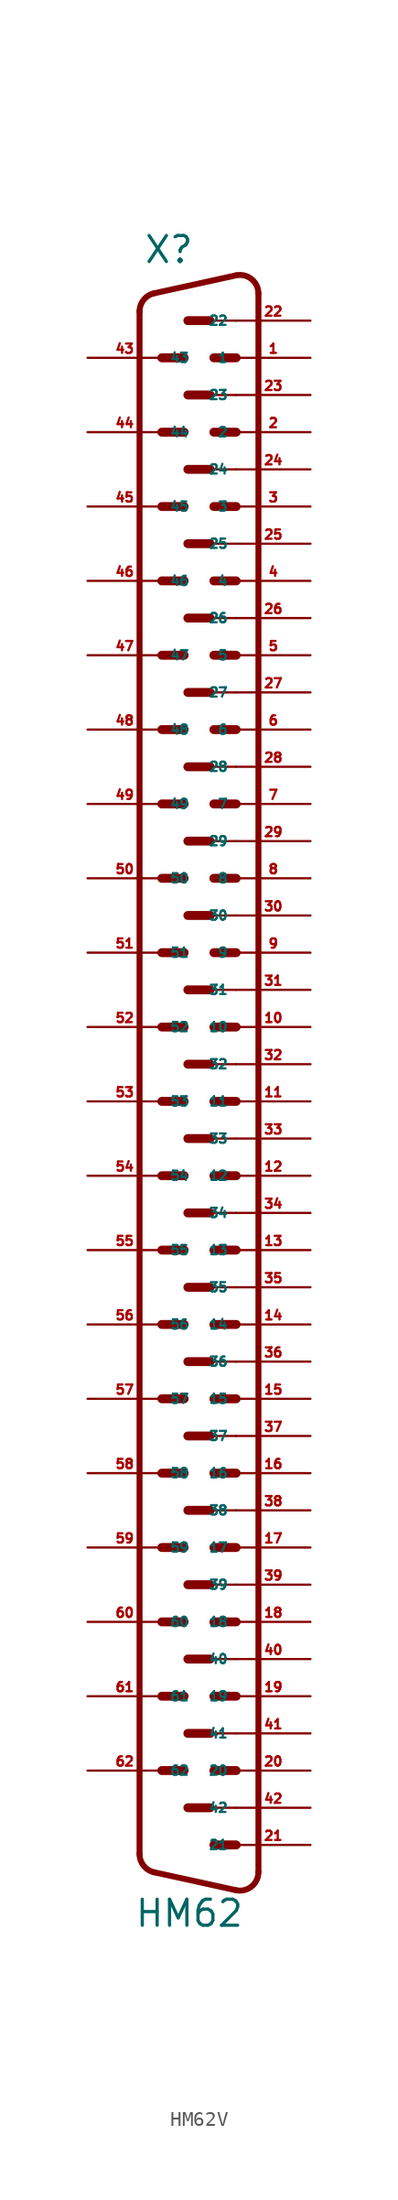
<source format=kicad_sym>
(kicad_symbol_lib
  (version 20220914)
  (generator Eagle2Kicad)
  (symbol "HM62V"
    (property "Reference" "X"
      (at -3.81 52.07 0)
      (effects (font (size 1.778 1.778) (thickness 0.22)) (justify left bottom)))
    (property "Value" "HM62"
      (at -4.445 -61.595 0)
      (effects (font (size 1.778 1.778) (thickness 0.22)) (justify left bottom)))
    (arc
      (start 4.064 50.1112)
      (mid 3.590 51.101)
      (end 2.5226 51.352)
      (stroke (width 0.4064) (type default))
      (fill (type none)))
    (polyline
      (pts (xy 2.523 51.352) (xy -3.065 50.129))
      (stroke (width 0.406) (type default))
      (fill (type none)))
    (arc
      (start -3.0654 50.1295)
      (mid -3.783 49.685)
      (end -4.0642 48.8888)
      (stroke (width 0.4064) (type default))
      (fill (type none)))
    (polyline
      (pts (xy -4.064 -56.509) (xy -4.064 48.889))
      (stroke (width 0.406) (type default))
      (fill (type none)))
    (arc
      (start -4.064 -56.5088)
      (mid -3.783 -57.305)
      (end -3.0654 -57.7494)
      (stroke (width 0.4064) (type default))
      (fill (type none)))
    (polyline
      (pts (xy 4.064 -57.731) (xy 4.064 50.111))
      (stroke (width 0.406) (type default))
      (fill (type none)))
    (polyline
      (pts (xy 2.523 -58.972) (xy -3.065 -57.749))
      (stroke (width 0.406) (type default))
      (fill (type none)))
    (arc
      (start 2.5226 -58.9719)
      (mid 3.590 -58.721)
      (end 4.064 -57.7312)
      (stroke (width 0.4064) (type default))
      (fill (type none)))
    (polyline
      (pts (xy 2.54 48.26) (xy 0.762 48.26))
      (stroke (width 0.152) (type default))
      (fill (type none)))
    (polyline
      (pts (xy 2.54 43.18) (xy 0.762 43.18))
      (stroke (width 0.152) (type default))
      (fill (type none)))
    (polyline
      (pts (xy 2.54 38.1) (xy 0.762 38.1))
      (stroke (width 0.152) (type default))
      (fill (type none)))
    (polyline
      (pts (xy 2.54 33.02) (xy 0.762 33.02))
      (stroke (width 0.152) (type default))
      (fill (type none)))
    (polyline
      (pts (xy 2.54 27.94) (xy 0.762 27.94))
      (stroke (width 0.152) (type default))
      (fill (type none)))
    (polyline
      (pts (xy -1.016 45.72) (xy -2.54 45.72))
      (stroke (width 0.61) (type default))
      (fill (type none)))
    (polyline
      (pts (xy 2.54 45.72) (xy 1.016 45.72))
      (stroke (width 0.61) (type default))
      (fill (type none)))
    (polyline
      (pts (xy 0.762 48.26) (xy -0.762 48.26))
      (stroke (width 0.61) (type default))
      (fill (type none)))
    (polyline
      (pts (xy -1.016 40.64) (xy -2.54 40.64))
      (stroke (width 0.61) (type default))
      (fill (type none)))
    (polyline
      (pts (xy 2.54 40.64) (xy 1.016 40.64))
      (stroke (width 0.61) (type default))
      (fill (type none)))
    (polyline
      (pts (xy 0.762 43.18) (xy -0.762 43.18))
      (stroke (width 0.61) (type default))
      (fill (type none)))
    (polyline
      (pts (xy -1.016 35.56) (xy -2.54 35.56))
      (stroke (width 0.61) (type default))
      (fill (type none)))
    (polyline
      (pts (xy 2.54 35.56) (xy 1.016 35.56))
      (stroke (width 0.61) (type default))
      (fill (type none)))
    (polyline
      (pts (xy 0.762 38.1) (xy -0.762 38.1))
      (stroke (width 0.61) (type default))
      (fill (type none)))
    (polyline
      (pts (xy -1.016 30.48) (xy -2.54 30.48))
      (stroke (width 0.61) (type default))
      (fill (type none)))
    (polyline
      (pts (xy 2.54 30.48) (xy 1.016 30.48))
      (stroke (width 0.61) (type default))
      (fill (type none)))
    (polyline
      (pts (xy 0.762 33.02) (xy -0.762 33.02))
      (stroke (width 0.61) (type default))
      (fill (type none)))
    (polyline
      (pts (xy -1.016 25.4) (xy -2.54 25.4))
      (stroke (width 0.61) (type default))
      (fill (type none)))
    (polyline
      (pts (xy 2.54 25.4) (xy 1.016 25.4))
      (stroke (width 0.61) (type default))
      (fill (type none)))
    (polyline
      (pts (xy 0.762 27.94) (xy -0.762 27.94))
      (stroke (width 0.61) (type default))
      (fill (type none)))
    (polyline
      (pts (xy 2.54 22.86) (xy 0.762 22.86))
      (stroke (width 0.152) (type default))
      (fill (type none)))
    (polyline
      (pts (xy 2.54 17.78) (xy 0.762 17.78))
      (stroke (width 0.152) (type default))
      (fill (type none)))
    (polyline
      (pts (xy 2.54 12.7) (xy 0.762 12.7))
      (stroke (width 0.152) (type default))
      (fill (type none)))
    (polyline
      (pts (xy -1.016 20.32) (xy -2.54 20.32))
      (stroke (width 0.61) (type default))
      (fill (type none)))
    (polyline
      (pts (xy 2.54 20.32) (xy 1.016 20.32))
      (stroke (width 0.61) (type default))
      (fill (type none)))
    (polyline
      (pts (xy 0.762 22.86) (xy -0.762 22.86))
      (stroke (width 0.61) (type default))
      (fill (type none)))
    (polyline
      (pts (xy -1.016 15.24) (xy -2.54 15.24))
      (stroke (width 0.61) (type default))
      (fill (type none)))
    (polyline
      (pts (xy 2.54 15.24) (xy 1.016 15.24))
      (stroke (width 0.61) (type default))
      (fill (type none)))
    (polyline
      (pts (xy 0.762 17.78) (xy -0.762 17.78))
      (stroke (width 0.61) (type default))
      (fill (type none)))
    (polyline
      (pts (xy 2.54 10.16) (xy 1.016 10.16))
      (stroke (width 0.61) (type default))
      (fill (type none)))
    (polyline
      (pts (xy 0.762 12.7) (xy -0.762 12.7))
      (stroke (width 0.61) (type default))
      (fill (type none)))
    (polyline
      (pts (xy 2.54 5.08) (xy 1.016 5.08))
      (stroke (width 0.61) (type default))
      (fill (type none)))
    (polyline
      (pts (xy -1.016 10.16) (xy -2.54 10.16))
      (stroke (width 0.61) (type default))
      (fill (type none)))
    (polyline
      (pts (xy 0.762 7.62) (xy -0.762 7.62))
      (stroke (width 0.61) (type default))
      (fill (type none)))
    (polyline
      (pts (xy 2.54 7.62) (xy 0.762 7.62))
      (stroke (width 0.152) (type default))
      (fill (type none)))
    (polyline
      (pts (xy 2.54 2.54) (xy 0.762 2.54))
      (stroke (width 0.152) (type default))
      (fill (type none)))
    (polyline
      (pts (xy -1.016 5.08) (xy -2.54 5.08))
      (stroke (width 0.61) (type default))
      (fill (type none)))
    (polyline
      (pts (xy -1.016 0) (xy -2.54 0))
      (stroke (width 0.61) (type default))
      (fill (type none)))
    (polyline
      (pts (xy 2.54 0) (xy 1.016 0))
      (stroke (width 0.61) (type default))
      (fill (type none)))
    (polyline
      (pts (xy 0.762 2.54) (xy -0.762 2.54))
      (stroke (width 0.61) (type default))
      (fill (type none)))
    (polyline
      (pts (xy 2.54 -2.54) (xy 0.762 -2.54))
      (stroke (width 0.152) (type default))
      (fill (type none)))
    (polyline
      (pts (xy 2.54 -7.62) (xy 0.762 -7.62))
      (stroke (width 0.152) (type default))
      (fill (type none)))
    (polyline
      (pts (xy 2.54 -12.7) (xy 0.762 -12.7))
      (stroke (width 0.152) (type default))
      (fill (type none)))
    (polyline
      (pts (xy -1.016 -5.08) (xy -2.54 -5.08))
      (stroke (width 0.61) (type default))
      (fill (type none)))
    (polyline
      (pts (xy 2.54 -5.08) (xy 1.016 -5.08))
      (stroke (width 0.61) (type default))
      (fill (type none)))
    (polyline
      (pts (xy 0.762 -2.54) (xy -0.762 -2.54))
      (stroke (width 0.61) (type default))
      (fill (type none)))
    (polyline
      (pts (xy -1.016 -10.16) (xy -2.54 -10.16))
      (stroke (width 0.61) (type default))
      (fill (type none)))
    (polyline
      (pts (xy 2.54 -10.16) (xy 1.016 -10.16))
      (stroke (width 0.61) (type default))
      (fill (type none)))
    (polyline
      (pts (xy 0.762 -7.62) (xy -0.762 -7.62))
      (stroke (width 0.61) (type default))
      (fill (type none)))
    (polyline
      (pts (xy 2.54 -15.24) (xy 1.016 -15.24))
      (stroke (width 0.61) (type default))
      (fill (type none)))
    (polyline
      (pts (xy 0.762 -12.7) (xy -0.762 -12.7))
      (stroke (width 0.61) (type default))
      (fill (type none)))
    (polyline
      (pts (xy 2.54 -20.32) (xy 1.016 -20.32))
      (stroke (width 0.61) (type default))
      (fill (type none)))
    (polyline
      (pts (xy -1.016 -15.24) (xy -2.54 -15.24))
      (stroke (width 0.61) (type default))
      (fill (type none)))
    (polyline
      (pts (xy 0.762 -17.78) (xy -0.762 -17.78))
      (stroke (width 0.61) (type default))
      (fill (type none)))
    (polyline
      (pts (xy 2.54 -17.78) (xy 0.762 -17.78))
      (stroke (width 0.152) (type default))
      (fill (type none)))
    (polyline
      (pts (xy 2.54 -25.4) (xy 1.016 -25.4))
      (stroke (width 0.61) (type default))
      (fill (type none)))
    (polyline
      (pts (xy -1.016 -20.32) (xy -2.54 -20.32))
      (stroke (width 0.61) (type default))
      (fill (type none)))
    (polyline
      (pts (xy 0.762 -22.86) (xy -0.762 -22.86))
      (stroke (width 0.61) (type default))
      (fill (type none)))
    (polyline
      (pts (xy 2.54 -22.86) (xy 0.762 -22.86))
      (stroke (width 0.152) (type default))
      (fill (type none)))
    (polyline
      (pts (xy 2.54 -30.48) (xy 1.016 -30.48))
      (stroke (width 0.61) (type default))
      (fill (type none)))
    (polyline
      (pts (xy -1.016 -25.4) (xy -2.54 -25.4))
      (stroke (width 0.61) (type default))
      (fill (type none)))
    (polyline
      (pts (xy 0.762 -27.94) (xy -0.762 -27.94))
      (stroke (width 0.61) (type default))
      (fill (type none)))
    (polyline
      (pts (xy 2.54 -27.94) (xy 0.762 -27.94))
      (stroke (width 0.152) (type default))
      (fill (type none)))
    (polyline
      (pts (xy 2.54 -33.02) (xy 0.762 -33.02))
      (stroke (width 0.152) (type default))
      (fill (type none)))
    (polyline
      (pts (xy -1.016 -30.48) (xy -2.54 -30.48))
      (stroke (width 0.61) (type default))
      (fill (type none)))
    (polyline
      (pts (xy -1.016 -35.56) (xy -2.54 -35.56))
      (stroke (width 0.61) (type default))
      (fill (type none)))
    (polyline
      (pts (xy 2.54 -35.56) (xy 1.016 -35.56))
      (stroke (width 0.61) (type default))
      (fill (type none)))
    (polyline
      (pts (xy 0.762 -33.02) (xy -0.762 -33.02))
      (stroke (width 0.61) (type default))
      (fill (type none)))
    (polyline
      (pts (xy 2.54 -38.1) (xy 0.762 -38.1))
      (stroke (width 0.152) (type default))
      (fill (type none)))
    (polyline
      (pts (xy 2.54 -43.18) (xy 0.762 -43.18))
      (stroke (width 0.152) (type default))
      (fill (type none)))
    (polyline
      (pts (xy 2.54 -48.26) (xy 0.762 -48.26))
      (stroke (width 0.152) (type default))
      (fill (type none)))
    (polyline
      (pts (xy -1.016 -40.64) (xy -2.54 -40.64))
      (stroke (width 0.61) (type default))
      (fill (type none)))
    (polyline
      (pts (xy 2.54 -40.64) (xy 1.016 -40.64))
      (stroke (width 0.61) (type default))
      (fill (type none)))
    (polyline
      (pts (xy 0.762 -38.1) (xy -0.762 -38.1))
      (stroke (width 0.61) (type default))
      (fill (type none)))
    (polyline
      (pts (xy -1.016 -45.72) (xy -2.54 -45.72))
      (stroke (width 0.61) (type default))
      (fill (type none)))
    (polyline
      (pts (xy 2.54 -45.72) (xy 1.016 -45.72))
      (stroke (width 0.61) (type default))
      (fill (type none)))
    (polyline
      (pts (xy 0.762 -43.18) (xy -0.762 -43.18))
      (stroke (width 0.61) (type default))
      (fill (type none)))
    (polyline
      (pts (xy 2.54 -50.8) (xy 1.016 -50.8))
      (stroke (width 0.61) (type default))
      (fill (type none)))
    (polyline
      (pts (xy 0.762 -48.26) (xy -0.762 -48.26))
      (stroke (width 0.61) (type default))
      (fill (type none)))
    (polyline
      (pts (xy 2.54 -55.88) (xy 1.016 -55.88))
      (stroke (width 0.61) (type default))
      (fill (type none)))
    (polyline
      (pts (xy -1.016 -50.8) (xy -2.54 -50.8))
      (stroke (width 0.61) (type default))
      (fill (type none)))
    (polyline
      (pts (xy 0.762 -53.34) (xy -0.762 -53.34))
      (stroke (width 0.61) (type default))
      (fill (type none)))
    (polyline
      (pts (xy 2.54 -53.34) (xy 0.762 -53.34))
      (stroke (width 0.152) (type default))
      (fill (type none)))
    (pin passive line
      (at 7.62 45.72 180)
      (length 5.08)
      (name "1" (effects (font (size 0.635 0.635) (thickness 0.08)) (justify left bottom)))
      (number "1" (effects (font (size 0.635 0.635) (thickness 0.08)) (justify left bottom))))
    (pin passive line
      (at 7.62 40.64 180)
      (length 5.08)
      (name "2" (effects (font (size 0.635 0.635) (thickness 0.08)) (justify left bottom)))
      (number "2" (effects (font (size 0.635 0.635) (thickness 0.08)) (justify left bottom))))
    (pin passive line
      (at 7.62 35.56 180)
      (length 5.08)
      (name "3" (effects (font (size 0.635 0.635) (thickness 0.08)) (justify left bottom)))
      (number "3" (effects (font (size 0.635 0.635) (thickness 0.08)) (justify left bottom))))
    (pin passive line
      (at 7.62 30.48 180)
      (length 5.08)
      (name "4" (effects (font (size 0.635 0.635) (thickness 0.08)) (justify left bottom)))
      (number "4" (effects (font (size 0.635 0.635) (thickness 0.08)) (justify left bottom))))
    (pin passive line
      (at 7.62 25.4 180)
      (length 5.08)
      (name "5" (effects (font (size 0.635 0.635) (thickness 0.08)) (justify left bottom)))
      (number "5" (effects (font (size 0.635 0.635) (thickness 0.08)) (justify left bottom))))
    (pin passive line
      (at 7.62 20.32 180)
      (length 5.08)
      (name "6" (effects (font (size 0.635 0.635) (thickness 0.08)) (justify left bottom)))
      (number "6" (effects (font (size 0.635 0.635) (thickness 0.08)) (justify left bottom))))
    (pin passive line
      (at 7.62 15.24 180)
      (length 5.08)
      (name "7" (effects (font (size 0.635 0.635) (thickness 0.08)) (justify left bottom)))
      (number "7" (effects (font (size 0.635 0.635) (thickness 0.08)) (justify left bottom))))
    (pin passive line
      (at 7.62 10.16 180)
      (length 5.08)
      (name "8" (effects (font (size 0.635 0.635) (thickness 0.08)) (justify left bottom)))
      (number "8" (effects (font (size 0.635 0.635) (thickness 0.08)) (justify left bottom))))
    (pin passive line
      (at 7.62 5.08 180)
      (length 5.08)
      (name "9" (effects (font (size 0.635 0.635) (thickness 0.08)) (justify left bottom)))
      (number "9" (effects (font (size 0.635 0.635) (thickness 0.08)) (justify left bottom))))
    (pin passive line
      (at 7.62 0 180)
      (length 5.08)
      (name "10" (effects (font (size 0.635 0.635) (thickness 0.08)) (justify left bottom)))
      (number "10" (effects (font (size 0.635 0.635) (thickness 0.08)) (justify left bottom))))
    (pin passive line
      (at 7.62 -5.08 180)
      (length 5.08)
      (name "11" (effects (font (size 0.635 0.635) (thickness 0.08)) (justify left bottom)))
      (number "11" (effects (font (size 0.635 0.635) (thickness 0.08)) (justify left bottom))))
    (pin passive line
      (at 7.62 -10.16 180)
      (length 5.08)
      (name "12" (effects (font (size 0.635 0.635) (thickness 0.08)) (justify left bottom)))
      (number "12" (effects (font (size 0.635 0.635) (thickness 0.08)) (justify left bottom))))
    (pin passive line
      (at 7.62 -15.24 180)
      (length 5.08)
      (name "13" (effects (font (size 0.635 0.635) (thickness 0.08)) (justify left bottom)))
      (number "13" (effects (font (size 0.635 0.635) (thickness 0.08)) (justify left bottom))))
    (pin passive line
      (at 7.62 -20.32 180)
      (length 5.08)
      (name "14" (effects (font (size 0.635 0.635) (thickness 0.08)) (justify left bottom)))
      (number "14" (effects (font (size 0.635 0.635) (thickness 0.08)) (justify left bottom))))
    (pin passive line
      (at 7.62 -25.4 180)
      (length 5.08)
      (name "15" (effects (font (size 0.635 0.635) (thickness 0.08)) (justify left bottom)))
      (number "15" (effects (font (size 0.635 0.635) (thickness 0.08)) (justify left bottom))))
    (pin passive line
      (at 7.62 -30.48 180)
      (length 5.08)
      (name "16" (effects (font (size 0.635 0.635) (thickness 0.08)) (justify left bottom)))
      (number "16" (effects (font (size 0.635 0.635) (thickness 0.08)) (justify left bottom))))
    (pin passive line
      (at 7.62 -35.56 180)
      (length 5.08)
      (name "17" (effects (font (size 0.635 0.635) (thickness 0.08)) (justify left bottom)))
      (number "17" (effects (font (size 0.635 0.635) (thickness 0.08)) (justify left bottom))))
    (pin passive line
      (at 7.62 -40.64 180)
      (length 5.08)
      (name "18" (effects (font (size 0.635 0.635) (thickness 0.08)) (justify left bottom)))
      (number "18" (effects (font (size 0.635 0.635) (thickness 0.08)) (justify left bottom))))
    (pin passive line
      (at 7.62 -45.72 180)
      (length 5.08)
      (name "19" (effects (font (size 0.635 0.635) (thickness 0.08)) (justify left bottom)))
      (number "19" (effects (font (size 0.635 0.635) (thickness 0.08)) (justify left bottom))))
    (pin passive line
      (at 7.62 -50.8 180)
      (length 5.08)
      (name "20" (effects (font (size 0.635 0.635) (thickness 0.08)) (justify left bottom)))
      (number "20" (effects (font (size 0.635 0.635) (thickness 0.08)) (justify left bottom))))
    (pin passive line
      (at 7.62 -55.88 180)
      (length 5.08)
      (name "21" (effects (font (size 0.635 0.635) (thickness 0.08)) (justify left bottom)))
      (number "21" (effects (font (size 0.635 0.635) (thickness 0.08)) (justify left bottom))))
    (pin passive line
      (at 7.62 48.26 180)
      (length 5.08)
      (name "22" (effects (font (size 0.635 0.635) (thickness 0.08)) (justify left bottom)))
      (number "22" (effects (font (size 0.635 0.635) (thickness 0.08)) (justify left bottom))))
    (pin passive line
      (at 7.62 43.18 180)
      (length 5.08)
      (name "23" (effects (font (size 0.635 0.635) (thickness 0.08)) (justify left bottom)))
      (number "23" (effects (font (size 0.635 0.635) (thickness 0.08)) (justify left bottom))))
    (pin passive line
      (at 7.62 38.1 180)
      (length 5.08)
      (name "24" (effects (font (size 0.635 0.635) (thickness 0.08)) (justify left bottom)))
      (number "24" (effects (font (size 0.635 0.635) (thickness 0.08)) (justify left bottom))))
    (pin passive line
      (at 7.62 33.02 180)
      (length 5.08)
      (name "25" (effects (font (size 0.635 0.635) (thickness 0.08)) (justify left bottom)))
      (number "25" (effects (font (size 0.635 0.635) (thickness 0.08)) (justify left bottom))))
    (pin passive line
      (at 7.62 27.94 180)
      (length 5.08)
      (name "26" (effects (font (size 0.635 0.635) (thickness 0.08)) (justify left bottom)))
      (number "26" (effects (font (size 0.635 0.635) (thickness 0.08)) (justify left bottom))))
    (pin passive line
      (at 7.62 22.86 180)
      (length 5.08)
      (name "27" (effects (font (size 0.635 0.635) (thickness 0.08)) (justify left bottom)))
      (number "27" (effects (font (size 0.635 0.635) (thickness 0.08)) (justify left bottom))))
    (pin passive line
      (at 7.62 17.78 180)
      (length 5.08)
      (name "28" (effects (font (size 0.635 0.635) (thickness 0.08)) (justify left bottom)))
      (number "28" (effects (font (size 0.635 0.635) (thickness 0.08)) (justify left bottom))))
    (pin passive line
      (at 7.62 12.7 180)
      (length 5.08)
      (name "29" (effects (font (size 0.635 0.635) (thickness 0.08)) (justify left bottom)))
      (number "29" (effects (font (size 0.635 0.635) (thickness 0.08)) (justify left bottom))))
    (pin passive line
      (at 7.62 7.62 180)
      (length 5.08)
      (name "30" (effects (font (size 0.635 0.635) (thickness 0.08)) (justify left bottom)))
      (number "30" (effects (font (size 0.635 0.635) (thickness 0.08)) (justify left bottom))))
    (pin passive line
      (at 7.62 2.54 180)
      (length 5.08)
      (name "31" (effects (font (size 0.635 0.635) (thickness 0.08)) (justify left bottom)))
      (number "31" (effects (font (size 0.635 0.635) (thickness 0.08)) (justify left bottom))))
    (pin passive line
      (at 7.62 -2.54 180)
      (length 5.08)
      (name "32" (effects (font (size 0.635 0.635) (thickness 0.08)) (justify left bottom)))
      (number "32" (effects (font (size 0.635 0.635) (thickness 0.08)) (justify left bottom))))
    (pin passive line
      (at 7.62 -7.62 180)
      (length 5.08)
      (name "33" (effects (font (size 0.635 0.635) (thickness 0.08)) (justify left bottom)))
      (number "33" (effects (font (size 0.635 0.635) (thickness 0.08)) (justify left bottom))))
    (pin passive line
      (at 7.62 -12.7 180)
      (length 5.08)
      (name "34" (effects (font (size 0.635 0.635) (thickness 0.08)) (justify left bottom)))
      (number "34" (effects (font (size 0.635 0.635) (thickness 0.08)) (justify left bottom))))
    (pin passive line
      (at 7.62 -17.78 180)
      (length 5.08)
      (name "35" (effects (font (size 0.635 0.635) (thickness 0.08)) (justify left bottom)))
      (number "35" (effects (font (size 0.635 0.635) (thickness 0.08)) (justify left bottom))))
    (pin passive line
      (at 7.62 -22.86 180)
      (length 5.08)
      (name "36" (effects (font (size 0.635 0.635) (thickness 0.08)) (justify left bottom)))
      (number "36" (effects (font (size 0.635 0.635) (thickness 0.08)) (justify left bottom))))
    (pin passive line
      (at 7.62 -27.94 180)
      (length 5.08)
      (name "37" (effects (font (size 0.635 0.635) (thickness 0.08)) (justify left bottom)))
      (number "37" (effects (font (size 0.635 0.635) (thickness 0.08)) (justify left bottom))))
    (pin passive line
      (at 7.62 -33.02 180)
      (length 5.08)
      (name "38" (effects (font (size 0.635 0.635) (thickness 0.08)) (justify left bottom)))
      (number "38" (effects (font (size 0.635 0.635) (thickness 0.08)) (justify left bottom))))
    (pin passive line
      (at 7.62 -38.1 180)
      (length 5.08)
      (name "39" (effects (font (size 0.635 0.635) (thickness 0.08)) (justify left bottom)))
      (number "39" (effects (font (size 0.635 0.635) (thickness 0.08)) (justify left bottom))))
    (pin passive line
      (at 7.62 -43.18 180)
      (length 5.08)
      (name "40" (effects (font (size 0.635 0.635) (thickness 0.08)) (justify left bottom)))
      (number "40" (effects (font (size 0.635 0.635) (thickness 0.08)) (justify left bottom))))
    (pin passive line
      (at 7.62 -48.26 180)
      (length 5.08)
      (name "41" (effects (font (size 0.635 0.635) (thickness 0.08)) (justify left bottom)))
      (number "41" (effects (font (size 0.635 0.635) (thickness 0.08)) (justify left bottom))))
    (pin passive line
      (at 7.62 -53.34 180)
      (length 5.08)
      (name "42" (effects (font (size 0.635 0.635) (thickness 0.08)) (justify left bottom)))
      (number "42" (effects (font (size 0.635 0.635) (thickness 0.08)) (justify left bottom))))
    (pin passive line
      (at -7.62 45.72 0)
      (length 5.08)
      (name "43" (effects (font (size 0.635 0.635) (thickness 0.08)) (justify left bottom)))
      (number "43" (effects (font (size 0.635 0.635) (thickness 0.08)) (justify left bottom))))
    (pin passive line
      (at -7.62 40.64 0)
      (length 5.08)
      (name "44" (effects (font (size 0.635 0.635) (thickness 0.08)) (justify left bottom)))
      (number "44" (effects (font (size 0.635 0.635) (thickness 0.08)) (justify left bottom))))
    (pin passive line
      (at -7.62 35.56 0)
      (length 5.08)
      (name "45" (effects (font (size 0.635 0.635) (thickness 0.08)) (justify left bottom)))
      (number "45" (effects (font (size 0.635 0.635) (thickness 0.08)) (justify left bottom))))
    (pin passive line
      (at -7.62 30.48 0)
      (length 5.08)
      (name "46" (effects (font (size 0.635 0.635) (thickness 0.08)) (justify left bottom)))
      (number "46" (effects (font (size 0.635 0.635) (thickness 0.08)) (justify left bottom))))
    (pin passive line
      (at -7.62 25.4 0)
      (length 5.08)
      (name "47" (effects (font (size 0.635 0.635) (thickness 0.08)) (justify left bottom)))
      (number "47" (effects (font (size 0.635 0.635) (thickness 0.08)) (justify left bottom))))
    (pin passive line
      (at -7.62 20.32 0)
      (length 5.08)
      (name "48" (effects (font (size 0.635 0.635) (thickness 0.08)) (justify left bottom)))
      (number "48" (effects (font (size 0.635 0.635) (thickness 0.08)) (justify left bottom))))
    (pin passive line
      (at -7.62 15.24 0)
      (length 5.08)
      (name "49" (effects (font (size 0.635 0.635) (thickness 0.08)) (justify left bottom)))
      (number "49" (effects (font (size 0.635 0.635) (thickness 0.08)) (justify left bottom))))
    (pin passive line
      (at -7.62 10.16 0)
      (length 5.08)
      (name "50" (effects (font (size 0.635 0.635) (thickness 0.08)) (justify left bottom)))
      (number "50" (effects (font (size 0.635 0.635) (thickness 0.08)) (justify left bottom))))
    (pin passive line
      (at -7.62 5.08 0)
      (length 5.08)
      (name "51" (effects (font (size 0.635 0.635) (thickness 0.08)) (justify left bottom)))
      (number "51" (effects (font (size 0.635 0.635) (thickness 0.08)) (justify left bottom))))
    (pin passive line
      (at -7.62 0 0)
      (length 5.08)
      (name "52" (effects (font (size 0.635 0.635) (thickness 0.08)) (justify left bottom)))
      (number "52" (effects (font (size 0.635 0.635) (thickness 0.08)) (justify left bottom))))
    (pin passive line
      (at -7.62 -5.08 0)
      (length 5.08)
      (name "53" (effects (font (size 0.635 0.635) (thickness 0.08)) (justify left bottom)))
      (number "53" (effects (font (size 0.635 0.635) (thickness 0.08)) (justify left bottom))))
    (pin passive line
      (at -7.62 -10.16 0)
      (length 5.08)
      (name "54" (effects (font (size 0.635 0.635) (thickness 0.08)) (justify left bottom)))
      (number "54" (effects (font (size 0.635 0.635) (thickness 0.08)) (justify left bottom))))
    (pin passive line
      (at -7.62 -15.24 0)
      (length 5.08)
      (name "55" (effects (font (size 0.635 0.635) (thickness 0.08)) (justify left bottom)))
      (number "55" (effects (font (size 0.635 0.635) (thickness 0.08)) (justify left bottom))))
    (pin passive line
      (at -7.62 -20.32 0)
      (length 5.08)
      (name "56" (effects (font (size 0.635 0.635) (thickness 0.08)) (justify left bottom)))
      (number "56" (effects (font (size 0.635 0.635) (thickness 0.08)) (justify left bottom))))
    (pin passive line
      (at -7.62 -25.4 0)
      (length 5.08)
      (name "57" (effects (font (size 0.635 0.635) (thickness 0.08)) (justify left bottom)))
      (number "57" (effects (font (size 0.635 0.635) (thickness 0.08)) (justify left bottom))))
    (pin passive line
      (at -7.62 -30.48 0)
      (length 5.08)
      (name "58" (effects (font (size 0.635 0.635) (thickness 0.08)) (justify left bottom)))
      (number "58" (effects (font (size 0.635 0.635) (thickness 0.08)) (justify left bottom))))
    (pin passive line
      (at -7.62 -35.56 0)
      (length 5.08)
      (name "59" (effects (font (size 0.635 0.635) (thickness 0.08)) (justify left bottom)))
      (number "59" (effects (font (size 0.635 0.635) (thickness 0.08)) (justify left bottom))))
    (pin passive line
      (at -7.62 -40.64 0)
      (length 5.08)
      (name "60" (effects (font (size 0.635 0.635) (thickness 0.08)) (justify left bottom)))
      (number "60" (effects (font (size 0.635 0.635) (thickness 0.08)) (justify left bottom))))
    (pin passive line
      (at -7.62 -45.72 0)
      (length 5.08)
      (name "61" (effects (font (size 0.635 0.635) (thickness 0.08)) (justify left bottom)))
      (number "61" (effects (font (size 0.635 0.635) (thickness 0.08)) (justify left bottom))))
    (pin passive line
      (at -7.62 -50.8 0)
      (length 5.08)
      (name "62" (effects (font (size 0.635 0.635) (thickness 0.08)) (justify left bottom)))
      (number "62" (effects (font (size 0.635 0.635) (thickness 0.08)) (justify left bottom))))))
</source>
